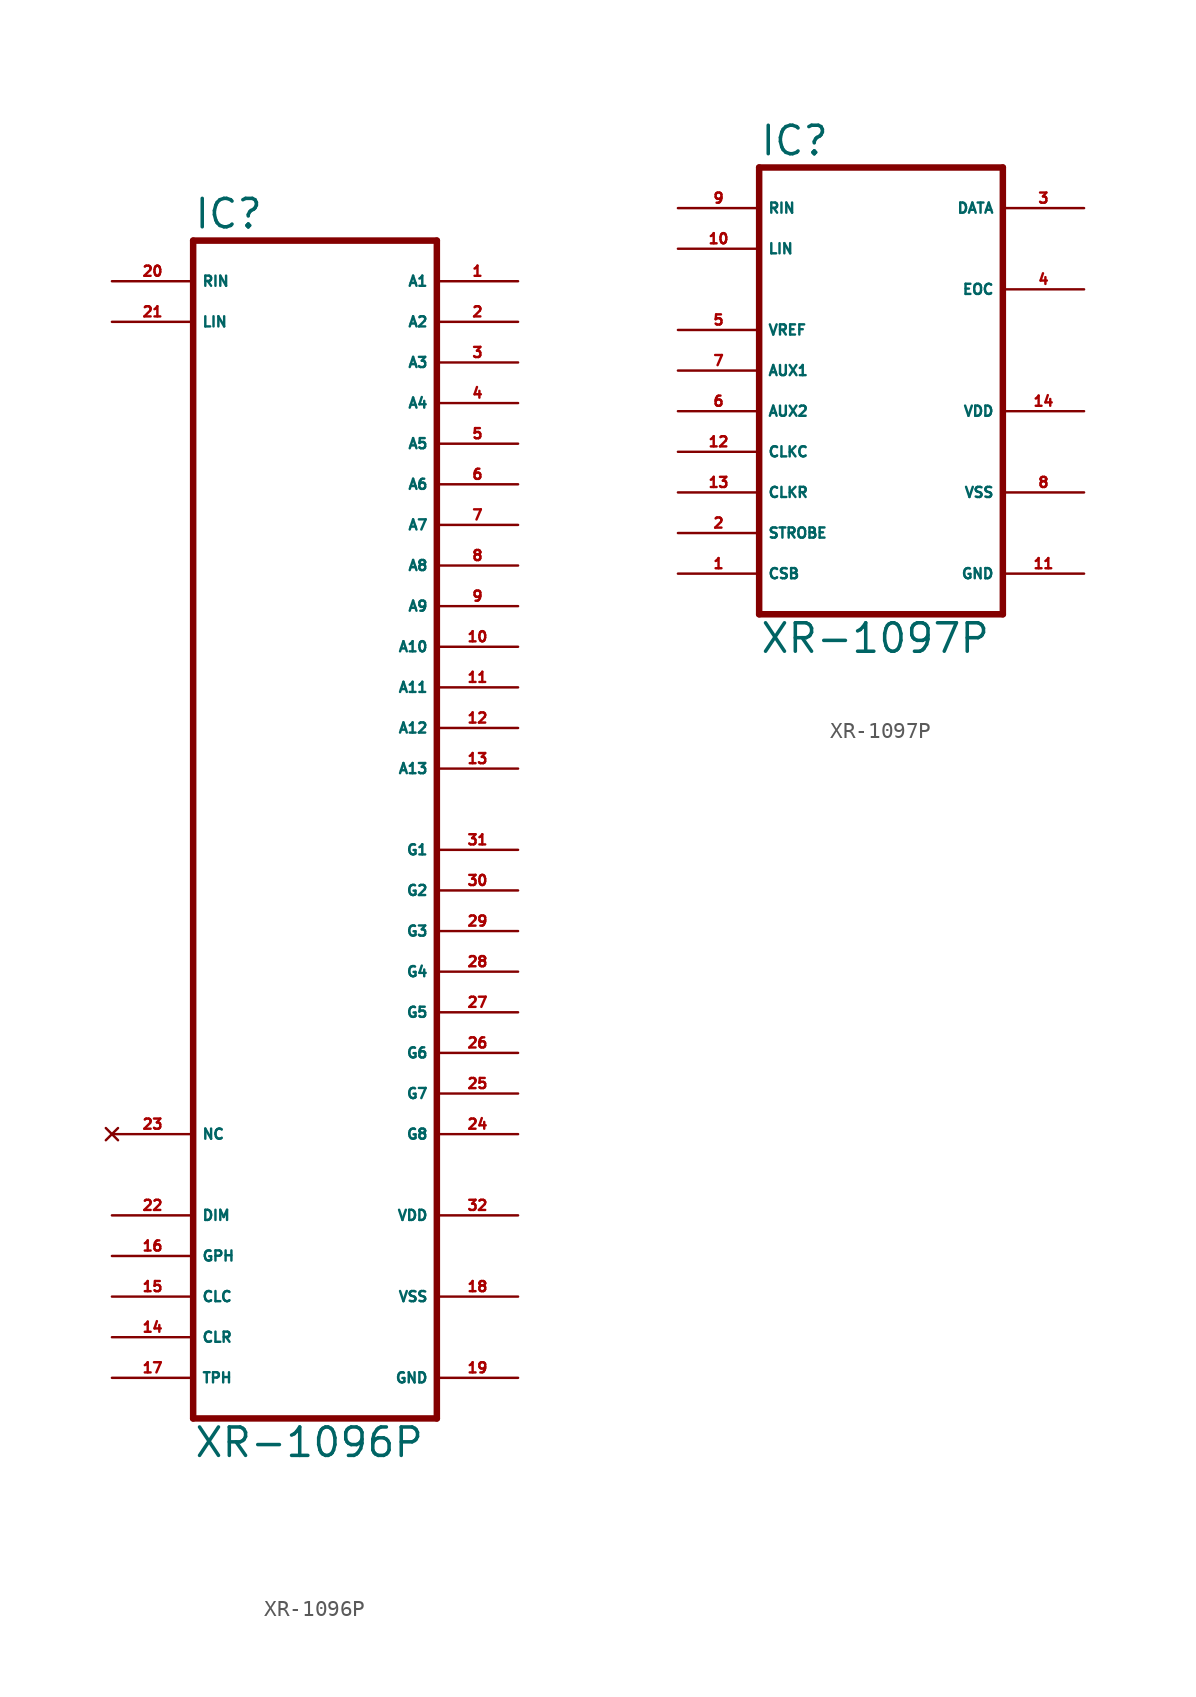
<source format=kicad_sym>
(kicad_symbol_lib
  (version 20220914)
  (generator Eagle2Kicad)
  (symbol "XR-1096P"
    (property "Reference" "IC"
      (at -7.62 38.735 0)
      (effects (font (size 1.778 1.778) (thickness 0.22)) (justify left bottom)))
    (property "Value" "XR-1096P"
      (at -7.62 -38.1 0)
      (effects (font (size 1.778 1.778) (thickness 0.22)) (justify left bottom)))
    (polyline
      (pts (xy 7.62 -35.56) (xy -7.62 -35.56))
      (stroke (width 0.406) (type default))
      (fill (type none)))
    (polyline
      (pts (xy -7.62 -35.56) (xy -7.62 38.1))
      (stroke (width 0.406) (type default))
      (fill (type none)))
    (polyline
      (pts (xy -7.62 38.1) (xy 7.62 38.1))
      (stroke (width 0.406) (type default))
      (fill (type none)))
    (polyline
      (pts (xy 7.62 38.1) (xy 7.62 -35.56))
      (stroke (width 0.406) (type default))
      (fill (type none)))
    (pin output line
      (at 12.7 35.56 180)
      (length 5.08)
      (name "A1" (effects (font (size 0.635 0.635) (thickness 0.08)) (justify left bottom)))
      (number "1" (effects (font (size 0.635 0.635) (thickness 0.08)) (justify left bottom))))
    (pin output line
      (at 12.7 33.02 180)
      (length 5.08)
      (name "A2" (effects (font (size 0.635 0.635) (thickness 0.08)) (justify left bottom)))
      (number "2" (effects (font (size 0.635 0.635) (thickness 0.08)) (justify left bottom))))
    (pin output line
      (at 12.7 30.48 180)
      (length 5.08)
      (name "A3" (effects (font (size 0.635 0.635) (thickness 0.08)) (justify left bottom)))
      (number "3" (effects (font (size 0.635 0.635) (thickness 0.08)) (justify left bottom))))
    (pin output line
      (at 12.7 27.94 180)
      (length 5.08)
      (name "A4" (effects (font (size 0.635 0.635) (thickness 0.08)) (justify left bottom)))
      (number "4" (effects (font (size 0.635 0.635) (thickness 0.08)) (justify left bottom))))
    (pin output line
      (at 12.7 25.4 180)
      (length 5.08)
      (name "A5" (effects (font (size 0.635 0.635) (thickness 0.08)) (justify left bottom)))
      (number "5" (effects (font (size 0.635 0.635) (thickness 0.08)) (justify left bottom))))
    (pin output line
      (at 12.7 22.86 180)
      (length 5.08)
      (name "A6" (effects (font (size 0.635 0.635) (thickness 0.08)) (justify left bottom)))
      (number "6" (effects (font (size 0.635 0.635) (thickness 0.08)) (justify left bottom))))
    (pin output line
      (at 12.7 20.32 180)
      (length 5.08)
      (name "A7" (effects (font (size 0.635 0.635) (thickness 0.08)) (justify left bottom)))
      (number "7" (effects (font (size 0.635 0.635) (thickness 0.08)) (justify left bottom))))
    (pin output line
      (at 12.7 17.78 180)
      (length 5.08)
      (name "A8" (effects (font (size 0.635 0.635) (thickness 0.08)) (justify left bottom)))
      (number "8" (effects (font (size 0.635 0.635) (thickness 0.08)) (justify left bottom))))
    (pin output line
      (at 12.7 15.24 180)
      (length 5.08)
      (name "A9" (effects (font (size 0.635 0.635) (thickness 0.08)) (justify left bottom)))
      (number "9" (effects (font (size 0.635 0.635) (thickness 0.08)) (justify left bottom))))
    (pin output line
      (at 12.7 12.7 180)
      (length 5.08)
      (name "A10" (effects (font (size 0.635 0.635) (thickness 0.08)) (justify left bottom)))
      (number "10" (effects (font (size 0.635 0.635) (thickness 0.08)) (justify left bottom))))
    (pin output line
      (at 12.7 10.16 180)
      (length 5.08)
      (name "A11" (effects (font (size 0.635 0.635) (thickness 0.08)) (justify left bottom)))
      (number "11" (effects (font (size 0.635 0.635) (thickness 0.08)) (justify left bottom))))
    (pin output line
      (at 12.7 7.62 180)
      (length 5.08)
      (name "A12" (effects (font (size 0.635 0.635) (thickness 0.08)) (justify left bottom)))
      (number "12" (effects (font (size 0.635 0.635) (thickness 0.08)) (justify left bottom))))
    (pin output line
      (at 12.7 5.08 180)
      (length 5.08)
      (name "A13" (effects (font (size 0.635 0.635) (thickness 0.08)) (justify left bottom)))
      (number "13" (effects (font (size 0.635 0.635) (thickness 0.08)) (justify left bottom))))
    (pin output line
      (at 12.7 -12.7 180)
      (length 5.08)
      (name "G6" (effects (font (size 0.635 0.635) (thickness 0.08)) (justify left bottom)))
      (number "26" (effects (font (size 0.635 0.635) (thickness 0.08)) (justify left bottom))))
    (pin output line
      (at 12.7 0 180)
      (length 5.08)
      (name "G1" (effects (font (size 0.635 0.635) (thickness 0.08)) (justify left bottom)))
      (number "31" (effects (font (size 0.635 0.635) (thickness 0.08)) (justify left bottom))))
    (pin output line
      (at 12.7 -2.54 180)
      (length 5.08)
      (name "G2" (effects (font (size 0.635 0.635) (thickness 0.08)) (justify left bottom)))
      (number "30" (effects (font (size 0.635 0.635) (thickness 0.08)) (justify left bottom))))
    (pin output line
      (at 12.7 -5.08 180)
      (length 5.08)
      (name "G3" (effects (font (size 0.635 0.635) (thickness 0.08)) (justify left bottom)))
      (number "29" (effects (font (size 0.635 0.635) (thickness 0.08)) (justify left bottom))))
    (pin output line
      (at 12.7 -7.62 180)
      (length 5.08)
      (name "G4" (effects (font (size 0.635 0.635) (thickness 0.08)) (justify left bottom)))
      (number "28" (effects (font (size 0.635 0.635) (thickness 0.08)) (justify left bottom))))
    (pin output line
      (at 12.7 -10.16 180)
      (length 5.08)
      (name "G5" (effects (font (size 0.635 0.635) (thickness 0.08)) (justify left bottom)))
      (number "27" (effects (font (size 0.635 0.635) (thickness 0.08)) (justify left bottom))))
    (pin output line
      (at 12.7 -17.78 180)
      (length 5.08)
      (name "G8" (effects (font (size 0.635 0.635) (thickness 0.08)) (justify left bottom)))
      (number "24" (effects (font (size 0.635 0.635) (thickness 0.08)) (justify left bottom))))
    (pin input line
      (at -12.7 -22.86 0)
      (length 5.08)
      (name "DIM" (effects (font (size 0.635 0.635) (thickness 0.08)) (justify left bottom)))
      (number "22" (effects (font (size 0.635 0.635) (thickness 0.08)) (justify left bottom))))
    (pin output line
      (at 12.7 -15.24 180)
      (length 5.08)
      (name "G7" (effects (font (size 0.635 0.635) (thickness 0.08)) (justify left bottom)))
      (number "25" (effects (font (size 0.635 0.635) (thickness 0.08)) (justify left bottom))))
    (pin input line
      (at -12.7 -25.4 0)
      (length 5.08)
      (name "GPH" (effects (font (size 0.635 0.635) (thickness 0.08)) (justify left bottom)))
      (number "16" (effects (font (size 0.635 0.635) (thickness 0.08)) (justify left bottom))))
    (pin input line
      (at -12.7 -27.94 0)
      (length 5.08)
      (name "CLC" (effects (font (size 0.635 0.635) (thickness 0.08)) (justify left bottom)))
      (number "15" (effects (font (size 0.635 0.635) (thickness 0.08)) (justify left bottom))))
    (pin input line
      (at -12.7 -30.48 0)
      (length 5.08)
      (name "CLR" (effects (font (size 0.635 0.635) (thickness 0.08)) (justify left bottom)))
      (number "14" (effects (font (size 0.635 0.635) (thickness 0.08)) (justify left bottom))))
    (pin unspecified line
      (at 12.7 -22.86 180)
      (length 5.08)
      (name "VDD" (effects (font (size 0.635 0.635) (thickness 0.08)) (justify left bottom)))
      (number "32" (effects (font (size 0.635 0.635) (thickness 0.08)) (justify left bottom))))
    (pin unspecified line
      (at 12.7 -27.94 180)
      (length 5.08)
      (name "VSS" (effects (font (size 0.635 0.635) (thickness 0.08)) (justify left bottom)))
      (number "18" (effects (font (size 0.635 0.635) (thickness 0.08)) (justify left bottom))))
    (pin unspecified line
      (at 12.7 -33.02 180)
      (length 5.08)
      (name "GND" (effects (font (size 0.635 0.635) (thickness 0.08)) (justify left bottom)))
      (number "19" (effects (font (size 0.635 0.635) (thickness 0.08)) (justify left bottom))))
    (pin input line
      (at -12.7 -33.02 0)
      (length 5.08)
      (name "TPH" (effects (font (size 0.635 0.635) (thickness 0.08)) (justify left bottom)))
      (number "17" (effects (font (size 0.635 0.635) (thickness 0.08)) (justify left bottom))))
    (pin input line
      (at -12.7 35.56 0)
      (length 5.08)
      (name "RIN" (effects (font (size 0.635 0.635) (thickness 0.08)) (justify left bottom)))
      (number "20" (effects (font (size 0.635 0.635) (thickness 0.08)) (justify left bottom))))
    (pin input line
      (at -12.7 33.02 0)
      (length 5.08)
      (name "LIN" (effects (font (size 0.635 0.635) (thickness 0.08)) (justify left bottom)))
      (number "21" (effects (font (size 0.635 0.635) (thickness 0.08)) (justify left bottom))))
    (pin no_connect line
      (at -12.7 -17.78 0)
      (length 5.08)
      (name "NC" (effects (font (size 0.635 0.635) (thickness 0.08)) (justify left bottom) hide))
      (number "23" (effects (font (size 0.635 0.635) (thickness 0.08)) (justify left bottom) hide))))
  (symbol "XR-1097P"
    (property "Reference" "IC"
      (at -7.62 15.875 0)
      (effects (font (size 1.778 1.778) (thickness 0.22)) (justify left bottom)))
    (property "Value" "XR-1097P"
      (at -7.62 -15.24 0)
      (effects (font (size 1.778 1.778) (thickness 0.22)) (justify left bottom)))
    (polyline
      (pts (xy -7.62 -12.7) (xy 7.62 -12.7))
      (stroke (width 0.406) (type default))
      (fill (type none)))
    (polyline
      (pts (xy 7.62 -12.7) (xy 7.62 15.24))
      (stroke (width 0.406) (type default))
      (fill (type none)))
    (polyline
      (pts (xy 7.62 15.24) (xy -7.62 15.24))
      (stroke (width 0.406) (type default))
      (fill (type none)))
    (polyline
      (pts (xy -7.62 15.24) (xy -7.62 -12.7))
      (stroke (width 0.406) (type default))
      (fill (type none)))
    (pin input line
      (at -12.7 12.7 0)
      (length 5.08)
      (name "RIN" (effects (font (size 0.635 0.635) (thickness 0.08)) (justify left bottom)))
      (number "9" (effects (font (size 0.635 0.635) (thickness 0.08)) (justify left bottom))))
    (pin input line
      (at -12.7 10.16 0)
      (length 5.08)
      (name "LIN" (effects (font (size 0.635 0.635) (thickness 0.08)) (justify left bottom)))
      (number "10" (effects (font (size 0.635 0.635) (thickness 0.08)) (justify left bottom))))
    (pin input line
      (at -12.7 5.08 0)
      (length 5.08)
      (name "VREF" (effects (font (size 0.635 0.635) (thickness 0.08)) (justify left bottom)))
      (number "5" (effects (font (size 0.635 0.635) (thickness 0.08)) (justify left bottom))))
    (pin input line
      (at -12.7 2.54 0)
      (length 5.08)
      (name "AUX1" (effects (font (size 0.635 0.635) (thickness 0.08)) (justify left bottom)))
      (number "7" (effects (font (size 0.635 0.635) (thickness 0.08)) (justify left bottom))))
    (pin input line
      (at -12.7 0 0)
      (length 5.08)
      (name "AUX2" (effects (font (size 0.635 0.635) (thickness 0.08)) (justify left bottom)))
      (number "6" (effects (font (size 0.635 0.635) (thickness 0.08)) (justify left bottom))))
    (pin input line
      (at -12.7 -2.54 0)
      (length 5.08)
      (name "CLKC" (effects (font (size 0.635 0.635) (thickness 0.08)) (justify left bottom)))
      (number "12" (effects (font (size 0.635 0.635) (thickness 0.08)) (justify left bottom))))
    (pin input line
      (at -12.7 -5.08 0)
      (length 5.08)
      (name "CLKR" (effects (font (size 0.635 0.635) (thickness 0.08)) (justify left bottom)))
      (number "13" (effects (font (size 0.635 0.635) (thickness 0.08)) (justify left bottom))))
    (pin input line
      (at -12.7 -10.16 0)
      (length 5.08)
      (name "CSB" (effects (font (size 0.635 0.635) (thickness 0.08)) (justify left bottom)))
      (number "1" (effects (font (size 0.635 0.635) (thickness 0.08)) (justify left bottom))))
    (pin output line
      (at 12.7 7.62 180)
      (length 5.08)
      (name "EOC" (effects (font (size 0.635 0.635) (thickness 0.08)) (justify left bottom)))
      (number "4" (effects (font (size 0.635 0.635) (thickness 0.08)) (justify left bottom))))
    (pin bidirectional line
      (at 12.7 12.7 180)
      (length 5.08)
      (name "DATA" (effects (font (size 0.635 0.635) (thickness 0.08)) (justify left bottom)))
      (number "3" (effects (font (size 0.635 0.635) (thickness 0.08)) (justify left bottom))))
    (pin unspecified line
      (at 12.7 -10.16 180)
      (length 5.08)
      (name "GND" (effects (font (size 0.635 0.635) (thickness 0.08)) (justify left bottom)))
      (number "11" (effects (font (size 0.635 0.635) (thickness 0.08)) (justify left bottom))))
    (pin unspecified line
      (at 12.7 -5.08 180)
      (length 5.08)
      (name "VSS" (effects (font (size 0.635 0.635) (thickness 0.08)) (justify left bottom)))
      (number "8" (effects (font (size 0.635 0.635) (thickness 0.08)) (justify left bottom))))
    (pin unspecified line
      (at 12.7 0 180)
      (length 5.08)
      (name "VDD" (effects (font (size 0.635 0.635) (thickness 0.08)) (justify left bottom)))
      (number "14" (effects (font (size 0.635 0.635) (thickness 0.08)) (justify left bottom))))
    (pin input line
      (at -12.7 -7.62 0)
      (length 5.08)
      (name "STROBE" (effects (font (size 0.635 0.635) (thickness 0.08)) (justify left bottom)))
      (number "2" (effects (font (size 0.635 0.635) (thickness 0.08)) (justify left bottom))))))
</source>
